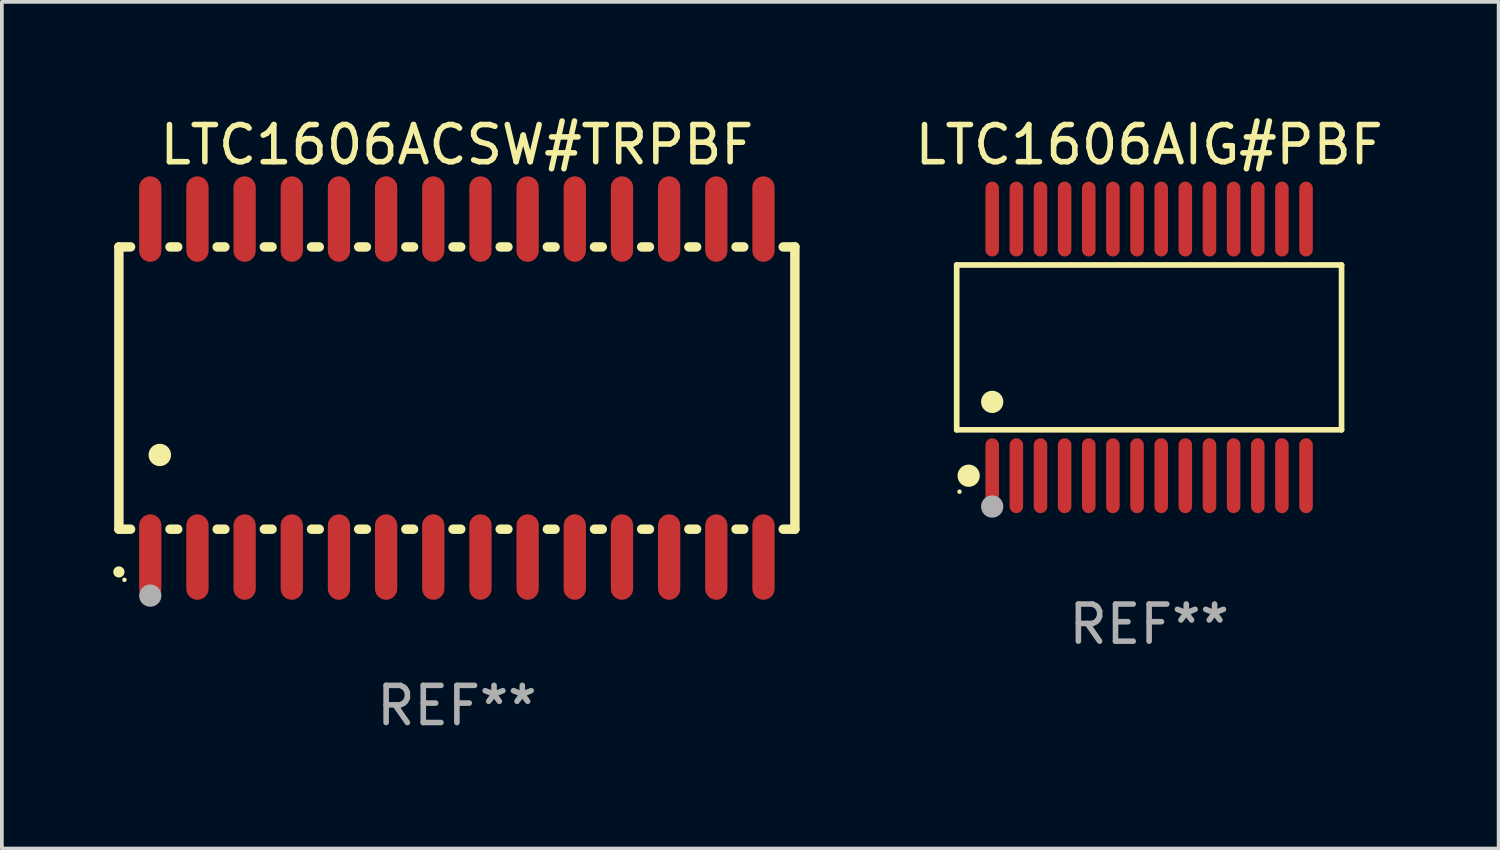
<source format=kicad_pcb>
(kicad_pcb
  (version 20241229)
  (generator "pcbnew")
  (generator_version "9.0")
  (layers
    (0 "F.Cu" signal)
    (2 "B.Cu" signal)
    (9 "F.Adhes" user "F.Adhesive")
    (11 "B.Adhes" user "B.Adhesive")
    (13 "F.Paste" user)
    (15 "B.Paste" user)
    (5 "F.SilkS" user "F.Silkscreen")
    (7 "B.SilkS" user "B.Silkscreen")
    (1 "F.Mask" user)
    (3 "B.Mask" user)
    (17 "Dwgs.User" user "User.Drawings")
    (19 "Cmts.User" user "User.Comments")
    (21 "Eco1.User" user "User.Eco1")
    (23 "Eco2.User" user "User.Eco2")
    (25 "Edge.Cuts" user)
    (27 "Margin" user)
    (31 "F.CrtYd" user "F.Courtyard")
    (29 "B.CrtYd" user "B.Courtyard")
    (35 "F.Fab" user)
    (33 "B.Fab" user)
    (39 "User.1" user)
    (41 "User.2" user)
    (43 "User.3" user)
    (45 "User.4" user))
  (footprint "LTC1606AIG#PBF"
    (layer "F.Cu")
    (at 27.889 6.303)
    (property "Reference" "LTC1606AIG#PBF" (at 0 -5.455 0) (layer "F.SilkS") (effects (font (size 1 1) (thickness 0.15))))
    (attr through_hole)
    (fp_line (start -5.181 -2.219) (end 5.181 -2.219) (stroke (width 0.152) (type solid)) (layer "F.SilkS"))
    (fp_line (start -5.181 2.219) (end -5.181 -2.219) (stroke (width 0.152) (type solid)) (layer "F.SilkS"))
    (fp_line (start 5.181 -2.219) (end 5.181 2.219) (stroke (width 0.152) (type solid)) (layer "F.SilkS"))
    (fp_line (start 5.181 2.219) (end -5.181 2.219) (stroke (width 0.152) (type solid)) (layer "F.SilkS"))
    (fp_circle (center -5.105 3.885) (end -5.075 3.885) (stroke (width 0.06) (type solid)) (fill no) (layer "F.SilkS"))
    (fp_circle (center -4.859 3.455) (end -4.709 3.455) (stroke (width 0.3) (type solid)) (fill no) (layer "F.SilkS"))
    (fp_circle (center -4.225 1.467) (end -4.075 1.467) (stroke (width 0.3) (type solid)) (fill no) (layer "F.SilkS"))
    (fp_circle (center -4.225 4.285) (end -4.075 4.285) (stroke (width 0.3) (type solid)) (fill no) (layer "F.Fab"))
    (fp_text user "REF**" (at 0 7.455 0) (layer "F.Fab") (effects (font (size 1 1) (thickness 0.15))))
    (pad "1" smd oval (at -4.225 3.455) (size 0.364 2.015) (layers "F.Cu" "F.Mask" "F.Paste"))
    (pad "2" smd oval (at -3.575 3.455) (size 0.364 2.015) (layers "F.Cu" "F.Mask" "F.Paste"))
    (pad "3" smd oval (at -2.925 3.455) (size 0.364 2.015) (layers "F.Cu" "F.Mask" "F.Paste"))
    (pad "4" smd oval (at -2.275 3.455) (size 0.364 2.015) (layers "F.Cu" "F.Mask" "F.Paste"))
    (pad "5" smd oval (at -1.625 3.455) (size 0.364 2.015) (layers "F.Cu" "F.Mask" "F.Paste"))
    (pad "6" smd oval (at -0.975 3.455) (size 0.364 2.015) (layers "F.Cu" "F.Mask" "F.Paste"))
    (pad "7" smd oval (at -0.325 3.455) (size 0.364 2.015) (layers "F.Cu" "F.Mask" "F.Paste"))
    (pad "8" smd oval (at 0.325 3.455) (size 0.364 2.015) (layers "F.Cu" "F.Mask" "F.Paste"))
    (pad "9" smd oval (at 0.975 3.455) (size 0.364 2.015) (layers "F.Cu" "F.Mask" "F.Paste"))
    (pad "10" smd oval (at 1.625 3.455) (size 0.364 2.015) (layers "F.Cu" "F.Mask" "F.Paste"))
    (pad "11" smd oval (at 2.275 3.455) (size 0.364 2.015) (layers "F.Cu" "F.Mask" "F.Paste"))
    (pad "12" smd oval (at 2.925 3.455) (size 0.364 2.015) (layers "F.Cu" "F.Mask" "F.Paste"))
    (pad "13" smd oval (at 3.575 3.455) (size 0.364 2.015) (layers "F.Cu" "F.Mask" "F.Paste"))
    (pad "14" smd oval (at 4.225 3.455) (size 0.364 2.015) (layers "F.Cu" "F.Mask" "F.Paste"))
    (pad "15" smd oval (at 4.225 -3.455) (size 0.364 2.015) (layers "F.Cu" "F.Mask" "F.Paste"))
    (pad "16" smd oval (at 3.575 -3.455) (size 0.364 2.015) (layers "F.Cu" "F.Mask" "F.Paste"))
    (pad "17" smd oval (at 2.925 -3.455) (size 0.364 2.015) (layers "F.Cu" "F.Mask" "F.Paste"))
    (pad "18" smd oval (at 2.275 -3.455) (size 0.364 2.015) (layers "F.Cu" "F.Mask" "F.Paste"))
    (pad "19" smd oval (at 1.625 -3.455) (size 0.364 2.015) (layers "F.Cu" "F.Mask" "F.Paste"))
    (pad "20" smd oval (at 0.975 -3.455) (size 0.364 2.015) (layers "F.Cu" "F.Mask" "F.Paste"))
    (pad "21" smd oval (at 0.325 -3.455) (size 0.364 2.015) (layers "F.Cu" "F.Mask" "F.Paste"))
    (pad "22" smd oval (at -0.325 -3.455) (size 0.364 2.015) (layers "F.Cu" "F.Mask" "F.Paste"))
    (pad "23" smd oval (at -0.975 -3.455) (size 0.364 2.015) (layers "F.Cu" "F.Mask" "F.Paste"))
    (pad "24" smd oval (at -1.625 -3.455) (size 0.364 2.015) (layers "F.Cu" "F.Mask" "F.Paste"))
    (pad "25" smd oval (at -2.275 -3.455) (size 0.364 2.015) (layers "F.Cu" "F.Mask" "F.Paste"))
    (pad "26" smd oval (at -2.925 -3.455) (size 0.364 2.015) (layers "F.Cu" "F.Mask" "F.Paste"))
    (pad "27" smd oval (at -3.575 -3.455) (size 0.364 2.015) (layers "F.Cu" "F.Mask" "F.Paste"))
    (pad "28" smd oval (at -4.225 -3.455) (size 0.364 2.015) (layers "F.Cu" "F.Mask" "F.Paste")))
  (footprint "LTC1606ACSW#TRPBF"
    (layer "F.Cu")
    (at 9.251 7.398)
    (property "Reference" "LTC1606ACSW#TRPBF" (at 0 -6.55 0) (layer "F.SilkS") (effects (font (size 1 1) (thickness 0.15))))
    (attr through_hole)
    (fp_line (start -9.1 -3.8) (end -9.1 3.8) (stroke (width 0.254) (type solid)) (layer "F.SilkS"))
    (fp_line (start -9.1 -3.8) (end -8.786 -3.8) (stroke (width 0.254) (type solid)) (layer "F.SilkS"))
    (fp_line (start -9.1 3.8) (end -8.786 3.8) (stroke (width 0.254) (type solid)) (layer "F.SilkS"))
    (fp_line (start -7.724 -3.8) (end -7.516 -3.8) (stroke (width 0.254) (type solid)) (layer "F.SilkS"))
    (fp_line (start -7.724 3.8) (end -7.516 3.8) (stroke (width 0.254) (type solid)) (layer "F.SilkS"))
    (fp_line (start -6.454 -3.8) (end -6.246 -3.8) (stroke (width 0.254) (type solid)) (layer "F.SilkS"))
    (fp_line (start -6.454 3.8) (end -6.246 3.8) (stroke (width 0.254) (type solid)) (layer "F.SilkS"))
    (fp_line (start -5.184 -3.8) (end -4.976 -3.8) (stroke (width 0.254) (type solid)) (layer "F.SilkS"))
    (fp_line (start -5.184 3.8) (end -4.976 3.8) (stroke (width 0.254) (type solid)) (layer "F.SilkS"))
    (fp_line (start -3.914 -3.8) (end -3.706 -3.8) (stroke (width 0.254) (type solid)) (layer "F.SilkS"))
    (fp_line (start -3.914 3.8) (end -3.706 3.8) (stroke (width 0.254) (type solid)) (layer "F.SilkS"))
    (fp_line (start -2.644 -3.8) (end -2.436 -3.8) (stroke (width 0.254) (type solid)) (layer "F.SilkS"))
    (fp_line (start -2.644 3.8) (end -2.436 3.8) (stroke (width 0.254) (type solid)) (layer "F.SilkS"))
    (fp_line (start -1.374 -3.8) (end -1.166 -3.8) (stroke (width 0.254) (type solid)) (layer "F.SilkS"))
    (fp_line (start -1.374 3.8) (end -1.166 3.8) (stroke (width 0.254) (type solid)) (layer "F.SilkS"))
    (fp_line (start -0.104 -3.8) (end 0.104 -3.8) (stroke (width 0.254) (type solid)) (layer "F.SilkS"))
    (fp_line (start -0.104 3.8) (end 0.104 3.8) (stroke (width 0.254) (type solid)) (layer "F.SilkS"))
    (fp_line (start 1.166 -3.8) (end 1.374 -3.8) (stroke (width 0.254) (type solid)) (layer "F.SilkS"))
    (fp_line (start 1.166 3.8) (end 1.374 3.8) (stroke (width 0.254) (type solid)) (layer "F.SilkS"))
    (fp_line (start 2.436 -3.8) (end 2.644 -3.8) (stroke (width 0.254) (type solid)) (layer "F.SilkS"))
    (fp_line (start 2.436 3.8) (end 2.644 3.8) (stroke (width 0.254) (type solid)) (layer "F.SilkS"))
    (fp_line (start 3.706 -3.8) (end 3.914 -3.8) (stroke (width 0.254) (type solid)) (layer "F.SilkS"))
    (fp_line (start 3.706 3.8) (end 3.914 3.8) (stroke (width 0.254) (type solid)) (layer "F.SilkS"))
    (fp_line (start 4.976 -3.8) (end 5.184 -3.8) (stroke (width 0.254) (type solid)) (layer "F.SilkS"))
    (fp_line (start 4.976 3.8) (end 5.184 3.8) (stroke (width 0.254) (type solid)) (layer "F.SilkS"))
    (fp_line (start 6.246 -3.8) (end 6.454 -3.8) (stroke (width 0.254) (type solid)) (layer "F.SilkS"))
    (fp_line (start 6.246 3.8) (end 6.454 3.8) (stroke (width 0.254) (type solid)) (layer "F.SilkS"))
    (fp_line (start 7.516 -3.8) (end 7.724 -3.8) (stroke (width 0.254) (type solid)) (layer "F.SilkS"))
    (fp_line (start 7.516 3.8) (end 7.724 3.8) (stroke (width 0.254) (type solid)) (layer "F.SilkS"))
    (fp_line (start 8.786 -3.8) (end 9.1 -3.8) (stroke (width 0.254) (type solid)) (layer "F.SilkS"))
    (fp_line (start 8.786 3.8) (end 9.1 3.8) (stroke (width 0.254) (type solid)) (layer "F.SilkS"))
    (fp_line (start 9.1 -3.8) (end 9.1 3.8) (stroke (width 0.254) (type solid)) (layer "F.SilkS"))
    (fp_arc (start -9.100864 4.95047) (mid -9.099594 4.950465) (end -9.098324 4.95047) (stroke (width 0.3) (type solid)) (layer "F.SilkS"))
    (fp_arc (start -8.001041 1.800864) (mid -7.998501 1.800853) (end -7.995961 1.800864) (stroke (width 0.6) (type solid)) (layer "F.SilkS"))
    (fp_circle (center -8.95 5.163) (end -8.92 5.163) (stroke (width 0.06) (type solid)) (fill no) (layer "F.SilkS"))
    (fp_circle (center -8.255 5.588) (end -8.105 5.588) (stroke (width 0.3) (type solid)) (fill no) (layer "F.Fab"))
    (fp_text user "REF**" (at 0 8.55 0) (layer "F.Fab") (effects (font (size 1 1) (thickness 0.15))))
    (pad "1" smd oval (at -8.255 4.55 180) (size 0.6 2.3) (layers "F.Cu" "F.Mask" "F.Paste"))
    (pad "2" smd oval (at -6.985 4.55 180) (size 0.6 2.3) (layers "F.Cu" "F.Mask" "F.Paste"))
    (pad "3" smd oval (at -5.715 4.55 180) (size 0.6 2.3) (layers "F.Cu" "F.Mask" "F.Paste"))
    (pad "4" smd oval (at -4.445 4.55 180) (size 0.6 2.3) (layers "F.Cu" "F.Mask" "F.Paste"))
    (pad "5" smd oval (at -3.175 4.55 180) (size 0.6 2.3) (layers "F.Cu" "F.Mask" "F.Paste"))
    (pad "6" smd oval (at -1.905 4.55 180) (size 0.6 2.3) (layers "F.Cu" "F.Mask" "F.Paste"))
    (pad "7" smd oval (at -0.635 4.55 180) (size 0.6 2.3) (layers "F.Cu" "F.Mask" "F.Paste"))
    (pad "8" smd oval (at 0.635 4.55 180) (size 0.6 2.3) (layers "F.Cu" "F.Mask" "F.Paste"))
    (pad "9" smd oval (at 1.905 4.55 180) (size 0.6 2.3) (layers "F.Cu" "F.Mask" "F.Paste"))
    (pad "10" smd oval (at 3.175 4.55 180) (size 0.6 2.3) (layers "F.Cu" "F.Mask" "F.Paste"))
    (pad "11" smd oval (at 4.445 4.55 180) (size 0.6 2.3) (layers "F.Cu" "F.Mask" "F.Paste"))
    (pad "12" smd oval (at 5.715 4.55 180) (size 0.6 2.3) (layers "F.Cu" "F.Mask" "F.Paste"))
    (pad "13" smd oval (at 6.985 4.55 180) (size 0.6 2.3) (layers "F.Cu" "F.Mask" "F.Paste"))
    (pad "14" smd oval (at 8.255 4.55 180) (size 0.6 2.3) (layers "F.Cu" "F.Mask" "F.Paste"))
    (pad "15" smd oval (at 8.255 -4.55 180) (size 0.6 2.3) (layers "F.Cu" "F.Mask" "F.Paste"))
    (pad "16" smd oval (at 6.985 -4.55 180) (size 0.6 2.3) (layers "F.Cu" "F.Mask" "F.Paste"))
    (pad "17" smd oval (at 5.715 -4.55 180) (size 0.6 2.3) (layers "F.Cu" "F.Mask" "F.Paste"))
    (pad "18" smd oval (at 4.445 -4.55 180) (size 0.6 2.3) (layers "F.Cu" "F.Mask" "F.Paste"))
    (pad "19" smd oval (at 3.175 -4.55 180) (size 0.6 2.3) (layers "F.Cu" "F.Mask" "F.Paste"))
    (pad "20" smd oval (at 1.905 -4.55 180) (size 0.6 2.3) (layers "F.Cu" "F.Mask" "F.Paste"))
    (pad "21" smd oval (at 0.635 -4.55 180) (size 0.6 2.3) (layers "F.Cu" "F.Mask" "F.Paste"))
    (pad "22" smd oval (at -0.635 -4.55 180) (size 0.6 2.3) (layers "F.Cu" "F.Mask" "F.Paste"))
    (pad "23" smd oval (at -1.905 -4.55 180) (size 0.6 2.3) (layers "F.Cu" "F.Mask" "F.Paste"))
    (pad "24" smd oval (at -3.175 -4.55 180) (size 0.6 2.3) (layers "F.Cu" "F.Mask" "F.Paste"))
    (pad "25" smd oval (at -4.445 -4.55 180) (size 0.6 2.3) (layers "F.Cu" "F.Mask" "F.Paste"))
    (pad "26" smd oval (at -5.715 -4.55 180) (size 0.6 2.3) (layers "F.Cu" "F.Mask" "F.Paste"))
    (pad "27" smd oval (at -6.985 -4.55 180) (size 0.6 2.3) (layers "F.Cu" "F.Mask" "F.Paste"))
    (pad "28" smd oval (at -8.255 -4.55 180) (size 0.6 2.3) (layers "F.Cu" "F.Mask" "F.Paste")))
  (gr_rect
    (start -3 -3)
    (end 37.299 19.796)
    (stroke (width 0.1) (type default))
    (fill no)
    (layer "Edge.Cuts")))
</source>
